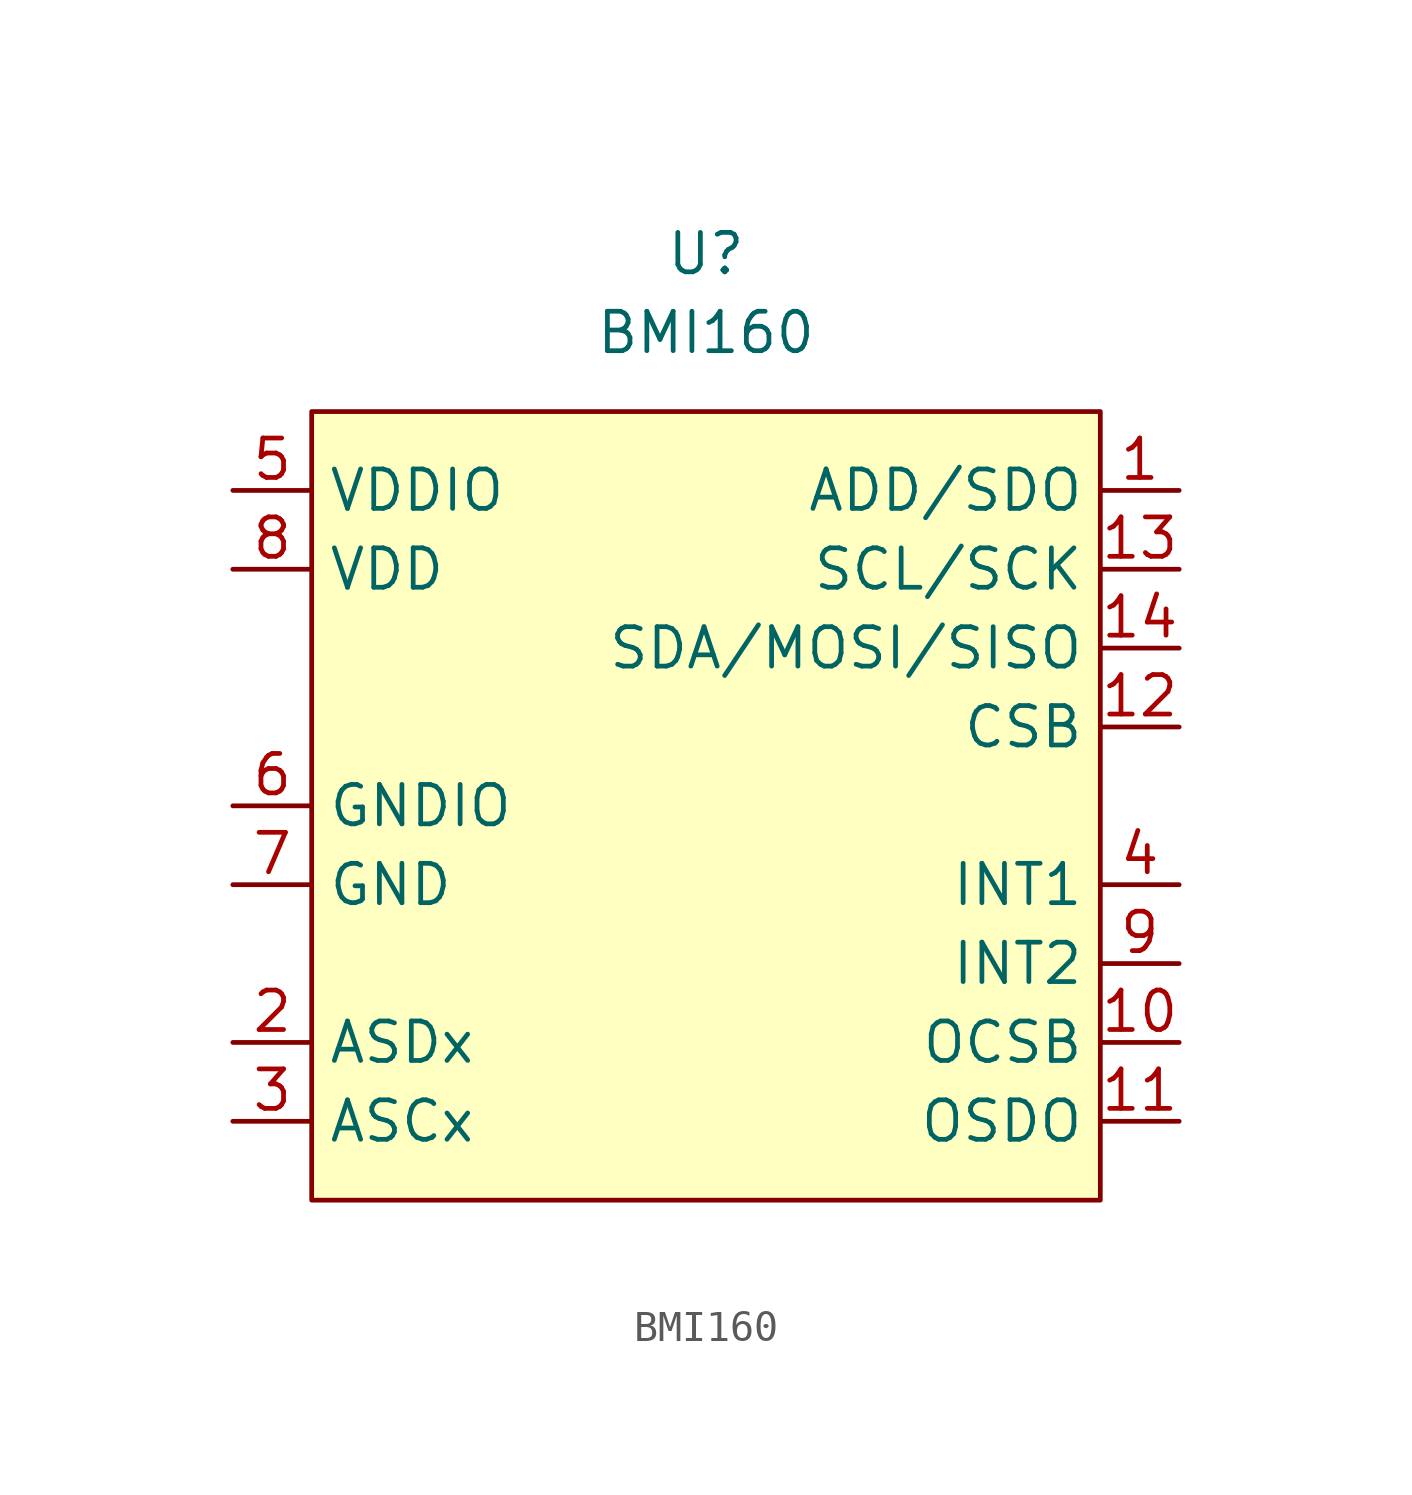
<source format=kicad_sym>
(kicad_symbol_lib
  (version 20211014)
  (generator kicad_symbol_editor)
  (symbol "BMI160"
    (property "Reference" "U"
      (at 0 5.08 0)
      (effects (font (size 1.27 1.27))))
    (property "Value" "BMI160"
      (at 0 2.54 0)
      (effects (font (size 1.27 1.27))))
    (symbol "BMI160_0_0"
      (pin bidirectional line (at 15.24 -2.54 180) (length 2.54) (name "ADD/SDO" (effects (font (size 1.27 1.27)))) (number "1" (effects (font (size 1.27 1.27)))))
      (pin input line (at 15.24 -20.32 180) (length 2.54) (name "OCSB" (effects (font (size 1.27 1.27)))) (number "10" (effects (font (size 1.27 1.27)))))
      (pin bidirectional line (at 15.24 -22.86 180) (length 2.54) (name "OSDO" (effects (font (size 1.27 1.27)))) (number "11" (effects (font (size 1.27 1.27)))))
      (pin input line (at 15.24 -10.16 180) (length 2.54) (name "CSB" (effects (font (size 1.27 1.27)))) (number "12" (effects (font (size 1.27 1.27)))))
      (pin input line (at 15.24 -5.08 180) (length 2.54) (name "SCL/SCK" (effects (font (size 1.27 1.27)))) (number "13" (effects (font (size 1.27 1.27)))))
      (pin bidirectional line (at 15.24 -7.62 180) (length 2.54) (name "SDA/MOSI/SISO" (effects (font (size 1.27 1.27)))) (number "14" (effects (font (size 1.27 1.27)))))
      (pin bidirectional line (at -15.24 -20.32 0) (length 2.54) (name "ASDx" (effects (font (size 1.27 1.27)))) (number "2" (effects (font (size 1.27 1.27)))))
      (pin input line (at -15.24 -22.86 0) (length 2.54) (name "ASCx" (effects (font (size 1.27 1.27)))) (number "3" (effects (font (size 1.27 1.27)))))
      (pin bidirectional line (at 15.24 -15.24 180) (length 2.54) (name "INT1" (effects (font (size 1.27 1.27)))) (number "4" (effects (font (size 1.27 1.27)))))
      (pin power_in line (at -15.24 -2.54 0) (length 2.54) (name "VDDIO" (effects (font (size 1.27 1.27)))) (number "5" (effects (font (size 1.27 1.27)))))
      (pin passive line (at -15.24 -12.7 0) (length 2.54) (name "GNDIO" (effects (font (size 1.27 1.27)))) (number "6" (effects (font (size 1.27 1.27)))))
      (pin passive line (at -15.24 -15.24 0) (length 2.54) (name "GND" (effects (font (size 1.27 1.27)))) (number "7" (effects (font (size 1.27 1.27)))))
      (pin power_in line (at -15.24 -5.08 0) (length 2.54) (name "VDD" (effects (font (size 1.27 1.27)))) (number "8" (effects (font (size 1.27 1.27)))))
      (pin bidirectional line (at 15.24 -17.78 180) (length 2.54) (name "INT2" (effects (font (size 1.27 1.27)))) (number "9" (effects (font (size 1.27 1.27))))))
    (symbol "BMI160_0_1"
      (rectangle (start -12.7 0) (end 12.7 -25.4) (stroke (width 0.152) (type default) (color 0 0 0 0)) (fill (type background))))))
</source>
